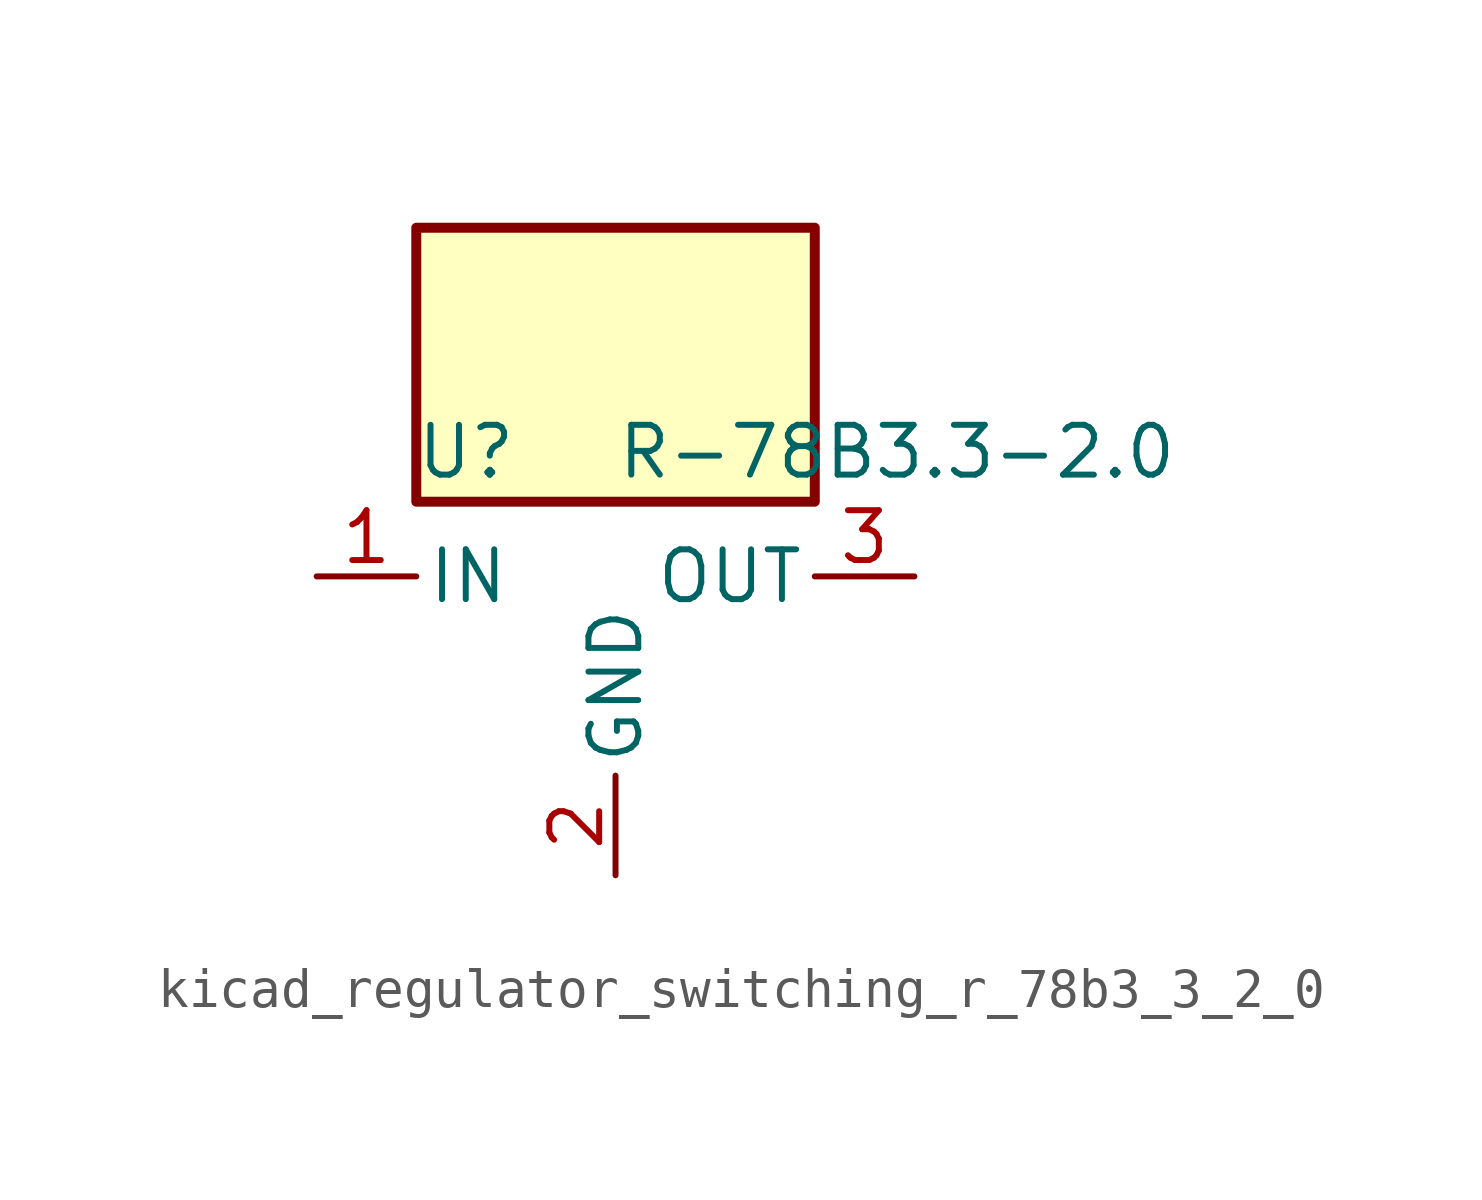
<source format=kicad_sym>
(kicad_symbol_lib
  (version 20220914)
  (generator kicad_symbol_editor)
  (symbol "kicad_regulator_switching_r_78b3_3_2_0"
    (pin_names
      (offset 0.254))
    (property "Reference" "U"
      (at -3.81 3.175 0)
      (effects (font (size 1.27 1.27))))
    (property "Value" "R-78B3.3-2.0"
      (at 0 3.175 0)
      (effects (font (size 1.27 1.27)) (justify left)))
    (symbol "kicad_regulator_switching_r_78b3_3_2_0_0_1"
      (rectangle (start 5.08 8.89) (end -5.08 1.905) (stroke (width 0.254) (type default)) (fill (type background))))
    (symbol "kicad_regulator_switching_r_78b3_3_2_0_1_1"
      (pin power_in line (at -7.62 0 0) (length 2.54) (name "IN" (effects (font (size 1.27 1.27)))) (number "1" (effects (font (size 1.27 1.27)))))
      (pin power_in line (at 0 -7.62 90) (length 2.54) (name "GND" (effects (font (size 1.27 1.27)))) (number "2" (effects (font (size 1.27 1.27)))))
      (pin power_out line (at 7.62 0 180) (length 2.54) (name "OUT" (effects (font (size 1.27 1.27)))) (number "3" (effects (font (size 1.27 1.27))))))))
</source>
